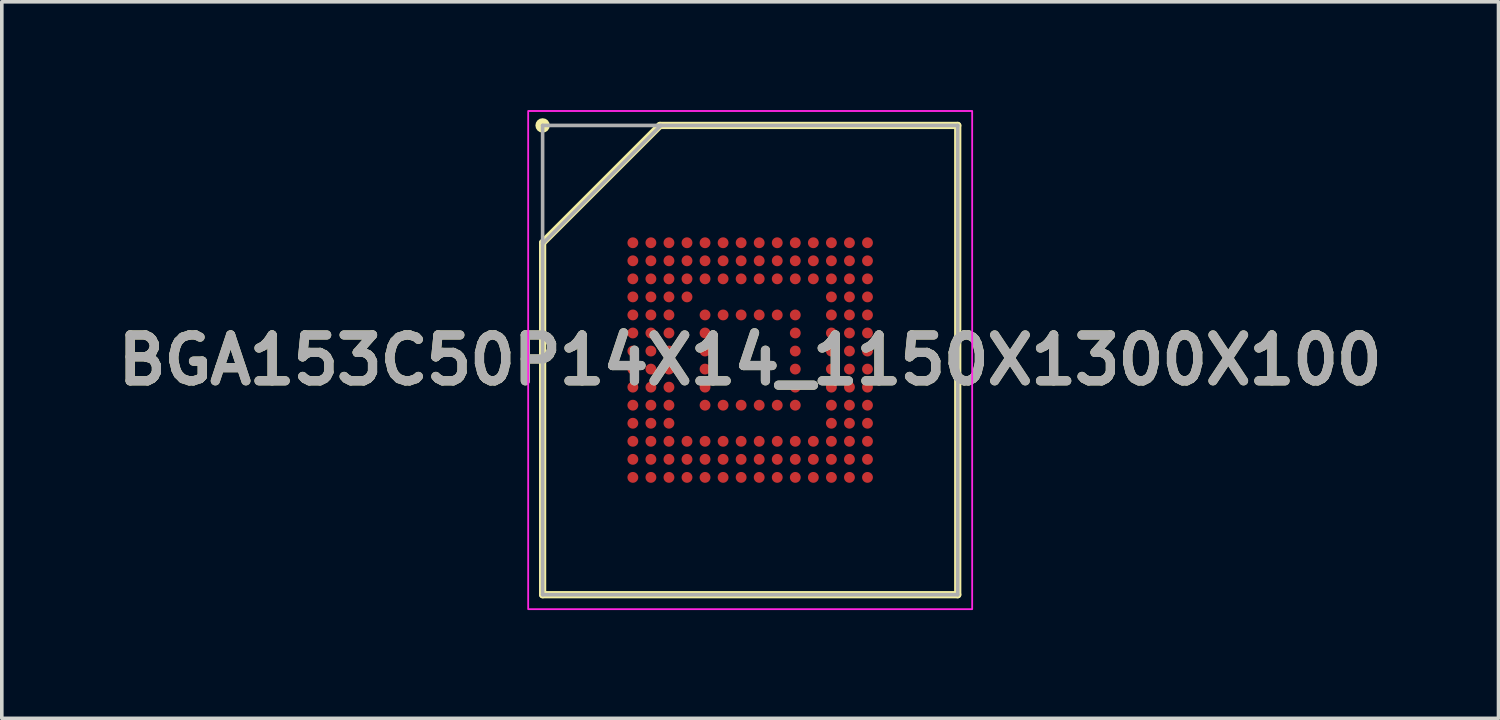
<source format=kicad_pcb>
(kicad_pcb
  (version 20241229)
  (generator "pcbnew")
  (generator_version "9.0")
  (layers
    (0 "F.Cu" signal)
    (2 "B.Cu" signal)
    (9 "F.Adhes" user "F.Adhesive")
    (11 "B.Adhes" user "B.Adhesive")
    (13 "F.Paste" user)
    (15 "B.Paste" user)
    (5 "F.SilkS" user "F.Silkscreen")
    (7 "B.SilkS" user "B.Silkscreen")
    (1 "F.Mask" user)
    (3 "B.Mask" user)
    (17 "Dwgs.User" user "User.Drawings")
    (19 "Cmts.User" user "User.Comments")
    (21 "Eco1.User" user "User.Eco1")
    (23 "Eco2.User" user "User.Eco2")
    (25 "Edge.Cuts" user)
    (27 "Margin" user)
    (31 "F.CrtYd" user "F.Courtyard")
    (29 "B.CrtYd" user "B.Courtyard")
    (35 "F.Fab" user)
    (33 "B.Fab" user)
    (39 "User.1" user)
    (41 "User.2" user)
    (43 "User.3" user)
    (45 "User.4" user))
  (footprint "BGA153C50P14X14_1150X1300X100"
    (layer "F.Cu")
    (at 17.732 6.925)
    (property "Reference" "BGA153C50P14X14_1150X1300X100" (at 0 0 0) (layer "F.SilkS") (effects (font (size 1.27 1.27) (thickness 0.254))))
    (attr smd)
    (fp_line (start -5.75 -3.25) (end -2.5 -6.5) (stroke (width 0.2) (type solid)) (layer "F.SilkS"))
    (fp_line (start -5.75 6.5) (end -5.75 -3.25) (stroke (width 0.2) (type solid)) (layer "F.SilkS"))
    (fp_line (start -2.5 -6.5) (end 5.75 -6.5) (stroke (width 0.2) (type solid)) (layer "F.SilkS"))
    (fp_line (start 5.75 -6.5) (end 5.75 6.5) (stroke (width 0.2) (type solid)) (layer "F.SilkS"))
    (fp_line (start 5.75 6.5) (end -5.75 6.5) (stroke (width 0.2) (type solid)) (layer "F.SilkS"))
    (fp_circle (center -5.75 -6.5) (end -5.75 -6.4) (stroke (width 0.2) (type solid)) (fill no) (layer "F.SilkS"))
    (fp_rect (start -6.15 -6.9) (end 6.15 6.9) (stroke (width 0.05) (type default)) (fill no) (layer "F.CrtYd"))
    (fp_line (start -5.75 -6.5) (end 5.75 -6.5) (stroke (width 0.1) (type solid)) (layer "F.Fab"))
    (fp_line (start -5.75 -3.225) (end -2.475 -6.5) (stroke (width 0.1) (type solid)) (layer "F.Fab"))
    (fp_line (start -5.75 6.5) (end -5.75 -6.5) (stroke (width 0.1) (type solid)) (layer "F.Fab"))
    (fp_line (start 5.75 -6.5) (end 5.75 6.5) (stroke (width 0.1) (type solid)) (layer "F.Fab"))
    (fp_line (start 5.75 6.5) (end -5.75 6.5) (stroke (width 0.1) (type solid)) (layer "F.Fab"))
    (fp_text user "${REFERENCE}" (at 0 0 0) (layer "F.Fab") (effects (font (size 1.27 1.27) (thickness 0.254))))
    (pad "A1" smd circle (at -3.25 -3.25 90) (size 0.3 0.3) (layers "F.Cu" "F.Mask" "F.Paste"))
    (pad "A2" smd circle (at -2.75 -3.25 90) (size 0.3 0.3) (layers "F.Cu" "F.Mask" "F.Paste"))
    (pad "A3" smd circle (at -2.25 -3.25 90) (size 0.3 0.3) (layers "F.Cu" "F.Mask" "F.Paste"))
    (pad "A4" smd circle (at -1.75 -3.25 90) (size 0.3 0.3) (layers "F.Cu" "F.Mask" "F.Paste"))
    (pad "A5" smd circle (at -1.25 -3.25 90) (size 0.3 0.3) (layers "F.Cu" "F.Mask" "F.Paste"))
    (pad "A6" smd circle (at -0.75 -3.25 90) (size 0.3 0.3) (layers "F.Cu" "F.Mask" "F.Paste"))
    (pad "A7" smd circle (at -0.25 -3.25 90) (size 0.3 0.3) (layers "F.Cu" "F.Mask" "F.Paste"))
    (pad "A8" smd circle (at 0.25 -3.25 90) (size 0.3 0.3) (layers "F.Cu" "F.Mask" "F.Paste"))
    (pad "A9" smd circle (at 0.75 -3.25 90) (size 0.3 0.3) (layers "F.Cu" "F.Mask" "F.Paste"))
    (pad "A10" smd circle (at 1.25 -3.25 90) (size 0.3 0.3) (layers "F.Cu" "F.Mask" "F.Paste"))
    (pad "A11" smd circle (at 1.75 -3.25 90) (size 0.3 0.3) (layers "F.Cu" "F.Mask" "F.Paste"))
    (pad "A12" smd circle (at 2.25 -3.25 90) (size 0.3 0.3) (layers "F.Cu" "F.Mask" "F.Paste"))
    (pad "A13" smd circle (at 2.75 -3.25 90) (size 0.3 0.3) (layers "F.Cu" "F.Mask" "F.Paste"))
    (pad "A14" smd circle (at 3.25 -3.25 90) (size 0.3 0.3) (layers "F.Cu" "F.Mask" "F.Paste"))
    (pad "B1" smd circle (at -3.25 -2.75 90) (size 0.3 0.3) (layers "F.Cu" "F.Mask" "F.Paste"))
    (pad "B2" smd circle (at -2.75 -2.75 90) (size 0.3 0.3) (layers "F.Cu" "F.Mask" "F.Paste"))
    (pad "B3" smd circle (at -2.25 -2.75 90) (size 0.3 0.3) (layers "F.Cu" "F.Mask" "F.Paste"))
    (pad "B4" smd circle (at -1.75 -2.75 90) (size 0.3 0.3) (layers "F.Cu" "F.Mask" "F.Paste"))
    (pad "B5" smd circle (at -1.25 -2.75 90) (size 0.3 0.3) (layers "F.Cu" "F.Mask" "F.Paste"))
    (pad "B6" smd circle (at -0.75 -2.75 90) (size 0.3 0.3) (layers "F.Cu" "F.Mask" "F.Paste"))
    (pad "B7" smd circle (at -0.25 -2.75 90) (size 0.3 0.3) (layers "F.Cu" "F.Mask" "F.Paste"))
    (pad "B8" smd circle (at 0.25 -2.75 90) (size 0.3 0.3) (layers "F.Cu" "F.Mask" "F.Paste"))
    (pad "B9" smd circle (at 0.75 -2.75 90) (size 0.3 0.3) (layers "F.Cu" "F.Mask" "F.Paste"))
    (pad "B10" smd circle (at 1.25 -2.75 90) (size 0.3 0.3) (layers "F.Cu" "F.Mask" "F.Paste"))
    (pad "B11" smd circle (at 1.75 -2.75 90) (size 0.3 0.3) (layers "F.Cu" "F.Mask" "F.Paste"))
    (pad "B12" smd circle (at 2.25 -2.75 90) (size 0.3 0.3) (layers "F.Cu" "F.Mask" "F.Paste"))
    (pad "B13" smd circle (at 2.75 -2.75 90) (size 0.3 0.3) (layers "F.Cu" "F.Mask" "F.Paste"))
    (pad "B14" smd circle (at 3.25 -2.75 90) (size 0.3 0.3) (layers "F.Cu" "F.Mask" "F.Paste"))
    (pad "C1" smd circle (at -3.25 -2.25 90) (size 0.3 0.3) (layers "F.Cu" "F.Mask" "F.Paste"))
    (pad "C2" smd circle (at -2.75 -2.25 90) (size 0.3 0.3) (layers "F.Cu" "F.Mask" "F.Paste"))
    (pad "C3" smd circle (at -2.25 -2.25 90) (size 0.3 0.3) (layers "F.Cu" "F.Mask" "F.Paste"))
    (pad "C4" smd circle (at -1.75 -2.25 90) (size 0.3 0.3) (layers "F.Cu" "F.Mask" "F.Paste"))
    (pad "C5" smd circle (at -1.25 -2.25 90) (size 0.3 0.3) (layers "F.Cu" "F.Mask" "F.Paste"))
    (pad "C6" smd circle (at -0.75 -2.25 90) (size 0.3 0.3) (layers "F.Cu" "F.Mask" "F.Paste"))
    (pad "C7" smd circle (at -0.25 -2.25 90) (size 0.3 0.3) (layers "F.Cu" "F.Mask" "F.Paste"))
    (pad "C8" smd circle (at 0.25 -2.25 90) (size 0.3 0.3) (layers "F.Cu" "F.Mask" "F.Paste"))
    (pad "C9" smd circle (at 0.75 -2.25 90) (size 0.3 0.3) (layers "F.Cu" "F.Mask" "F.Paste"))
    (pad "C10" smd circle (at 1.25 -2.25 90) (size 0.3 0.3) (layers "F.Cu" "F.Mask" "F.Paste"))
    (pad "C11" smd circle (at 1.75 -2.25 90) (size 0.3 0.3) (layers "F.Cu" "F.Mask" "F.Paste"))
    (pad "C12" smd circle (at 2.25 -2.25 90) (size 0.3 0.3) (layers "F.Cu" "F.Mask" "F.Paste"))
    (pad "C13" smd circle (at 2.75 -2.25 90) (size 0.3 0.3) (layers "F.Cu" "F.Mask" "F.Paste"))
    (pad "C14" smd circle (at 3.25 -2.25 90) (size 0.3 0.3) (layers "F.Cu" "F.Mask" "F.Paste"))
    (pad "D1" smd circle (at -3.25 -1.75 90) (size 0.3 0.3) (layers "F.Cu" "F.Mask" "F.Paste"))
    (pad "D2" smd circle (at -2.75 -1.75 90) (size 0.3 0.3) (layers "F.Cu" "F.Mask" "F.Paste"))
    (pad "D3" smd circle (at -2.25 -1.75 90) (size 0.3 0.3) (layers "F.Cu" "F.Mask" "F.Paste"))
    (pad "D4" smd circle (at -1.75 -1.75 90) (size 0.3 0.3) (layers "F.Cu" "F.Mask" "F.Paste"))
    (pad "D12" smd circle (at 2.25 -1.75 90) (size 0.3 0.3) (layers "F.Cu" "F.Mask" "F.Paste"))
    (pad "D13" smd circle (at 2.75 -1.75 90) (size 0.3 0.3) (layers "F.Cu" "F.Mask" "F.Paste"))
    (pad "D14" smd circle (at 3.25 -1.75 90) (size 0.3 0.3) (layers "F.Cu" "F.Mask" "F.Paste"))
    (pad "E1" smd circle (at -3.25 -1.25 90) (size 0.3 0.3) (layers "F.Cu" "F.Mask" "F.Paste"))
    (pad "E2" smd circle (at -2.75 -1.25 90) (size 0.3 0.3) (layers "F.Cu" "F.Mask" "F.Paste"))
    (pad "E3" smd circle (at -2.25 -1.25 90) (size 0.3 0.3) (layers "F.Cu" "F.Mask" "F.Paste"))
    (pad "E5" smd circle (at -1.25 -1.25 90) (size 0.3 0.3) (layers "F.Cu" "F.Mask" "F.Paste"))
    (pad "E6" smd circle (at -0.75 -1.25 90) (size 0.3 0.3) (layers "F.Cu" "F.Mask" "F.Paste"))
    (pad "E7" smd circle (at -0.25 -1.25 90) (size 0.3 0.3) (layers "F.Cu" "F.Mask" "F.Paste"))
    (pad "E8" smd circle (at 0.25 -1.25 90) (size 0.3 0.3) (layers "F.Cu" "F.Mask" "F.Paste"))
    (pad "E9" smd circle (at 0.75 -1.25 90) (size 0.3 0.3) (layers "F.Cu" "F.Mask" "F.Paste"))
    (pad "E10" smd circle (at 1.25 -1.25 90) (size 0.3 0.3) (layers "F.Cu" "F.Mask" "F.Paste"))
    (pad "E12" smd circle (at 2.25 -1.25 90) (size 0.3 0.3) (layers "F.Cu" "F.Mask" "F.Paste"))
    (pad "E13" smd circle (at 2.75 -1.25 90) (size 0.3 0.3) (layers "F.Cu" "F.Mask" "F.Paste"))
    (pad "E14" smd circle (at 3.25 -1.25 90) (size 0.3 0.3) (layers "F.Cu" "F.Mask" "F.Paste"))
    (pad "F1" smd circle (at -3.25 -0.75 90) (size 0.3 0.3) (layers "F.Cu" "F.Mask" "F.Paste"))
    (pad "F2" smd circle (at -2.75 -0.75 90) (size 0.3 0.3) (layers "F.Cu" "F.Mask" "F.Paste"))
    (pad "F3" smd circle (at -2.25 -0.75 90) (size 0.3 0.3) (layers "F.Cu" "F.Mask" "F.Paste"))
    (pad "F5" smd circle (at -1.25 -0.75 90) (size 0.3 0.3) (layers "F.Cu" "F.Mask" "F.Paste"))
    (pad "F10" smd circle (at 1.25 -0.75 90) (size 0.3 0.3) (layers "F.Cu" "F.Mask" "F.Paste"))
    (pad "F12" smd circle (at 2.25 -0.75 90) (size 0.3 0.3) (layers "F.Cu" "F.Mask" "F.Paste"))
    (pad "F13" smd circle (at 2.75 -0.75 90) (size 0.3 0.3) (layers "F.Cu" "F.Mask" "F.Paste"))
    (pad "F14" smd circle (at 3.25 -0.75 90) (size 0.3 0.3) (layers "F.Cu" "F.Mask" "F.Paste"))
    (pad "G1" smd circle (at -3.25 -0.25 90) (size 0.3 0.3) (layers "F.Cu" "F.Mask" "F.Paste"))
    (pad "G2" smd circle (at -2.75 -0.25 90) (size 0.3 0.3) (layers "F.Cu" "F.Mask" "F.Paste"))
    (pad "G3" smd circle (at -2.25 -0.25 90) (size 0.3 0.3) (layers "F.Cu" "F.Mask" "F.Paste"))
    (pad "G5" smd circle (at -1.25 -0.25 90) (size 0.3 0.3) (layers "F.Cu" "F.Mask" "F.Paste"))
    (pad "G10" smd circle (at 1.25 -0.25 90) (size 0.3 0.3) (layers "F.Cu" "F.Mask" "F.Paste"))
    (pad "G12" smd circle (at 2.25 -0.25 90) (size 0.3 0.3) (layers "F.Cu" "F.Mask" "F.Paste"))
    (pad "G13" smd circle (at 2.75 -0.25 90) (size 0.3 0.3) (layers "F.Cu" "F.Mask" "F.Paste"))
    (pad "G14" smd circle (at 3.25 -0.25 90) (size 0.3 0.3) (layers "F.Cu" "F.Mask" "F.Paste"))
    (pad "H1" smd circle (at -3.25 0.25 90) (size 0.3 0.3) (layers "F.Cu" "F.Mask" "F.Paste"))
    (pad "H2" smd circle (at -2.75 0.25 90) (size 0.3 0.3) (layers "F.Cu" "F.Mask" "F.Paste"))
    (pad "H3" smd circle (at -2.25 0.25 90) (size 0.3 0.3) (layers "F.Cu" "F.Mask" "F.Paste"))
    (pad "H5" smd circle (at -1.25 0.25 90) (size 0.3 0.3) (layers "F.Cu" "F.Mask" "F.Paste"))
    (pad "H10" smd circle (at 1.25 0.25 90) (size 0.3 0.3) (layers "F.Cu" "F.Mask" "F.Paste"))
    (pad "H12" smd circle (at 2.25 0.25 90) (size 0.3 0.3) (layers "F.Cu" "F.Mask" "F.Paste"))
    (pad "H13" smd circle (at 2.75 0.25 90) (size 0.3 0.3) (layers "F.Cu" "F.Mask" "F.Paste"))
    (pad "H14" smd circle (at 3.25 0.25 90) (size 0.3 0.3) (layers "F.Cu" "F.Mask" "F.Paste"))
    (pad "J1" smd circle (at -3.25 0.75 90) (size 0.3 0.3) (layers "F.Cu" "F.Mask" "F.Paste"))
    (pad "J2" smd circle (at -2.75 0.75 90) (size 0.3 0.3) (layers "F.Cu" "F.Mask" "F.Paste"))
    (pad "J3" smd circle (at -2.25 0.75 90) (size 0.3 0.3) (layers "F.Cu" "F.Mask" "F.Paste"))
    (pad "J5" smd circle (at -1.25 0.75 90) (size 0.3 0.3) (layers "F.Cu" "F.Mask" "F.Paste"))
    (pad "J10" smd circle (at 1.25 0.75 90) (size 0.3 0.3) (layers "F.Cu" "F.Mask" "F.Paste"))
    (pad "J12" smd circle (at 2.25 0.75 90) (size 0.3 0.3) (layers "F.Cu" "F.Mask" "F.Paste"))
    (pad "J13" smd circle (at 2.75 0.75 90) (size 0.3 0.3) (layers "F.Cu" "F.Mask" "F.Paste"))
    (pad "J14" smd circle (at 3.25 0.75 90) (size 0.3 0.3) (layers "F.Cu" "F.Mask" "F.Paste"))
    (pad "K1" smd circle (at -3.25 1.25 90) (size 0.3 0.3) (layers "F.Cu" "F.Mask" "F.Paste"))
    (pad "K2" smd circle (at -2.75 1.25 90) (size 0.3 0.3) (layers "F.Cu" "F.Mask" "F.Paste"))
    (pad "K3" smd circle (at -2.25 1.25 90) (size 0.3 0.3) (layers "F.Cu" "F.Mask" "F.Paste"))
    (pad "K5" smd circle (at -1.25 1.25 90) (size 0.3 0.3) (layers "F.Cu" "F.Mask" "F.Paste"))
    (pad "K6" smd circle (at -0.75 1.25 90) (size 0.3 0.3) (layers "F.Cu" "F.Mask" "F.Paste"))
    (pad "K7" smd circle (at -0.25 1.25 90) (size 0.3 0.3) (layers "F.Cu" "F.Mask" "F.Paste"))
    (pad "K8" smd circle (at 0.25 1.25 90) (size 0.3 0.3) (layers "F.Cu" "F.Mask" "F.Paste"))
    (pad "K9" smd circle (at 0.75 1.25 90) (size 0.3 0.3) (layers "F.Cu" "F.Mask" "F.Paste"))
    (pad "K10" smd circle (at 1.25 1.25 90) (size 0.3 0.3) (layers "F.Cu" "F.Mask" "F.Paste"))
    (pad "K12" smd circle (at 2.25 1.25 90) (size 0.3 0.3) (layers "F.Cu" "F.Mask" "F.Paste"))
    (pad "K13" smd circle (at 2.75 1.25 90) (size 0.3 0.3) (layers "F.Cu" "F.Mask" "F.Paste"))
    (pad "K14" smd circle (at 3.25 1.25 90) (size 0.3 0.3) (layers "F.Cu" "F.Mask" "F.Paste"))
    (pad "L1" smd circle (at -3.25 1.75 90) (size 0.3 0.3) (layers "F.Cu" "F.Mask" "F.Paste"))
    (pad "L2" smd circle (at -2.75 1.75 90) (size 0.3 0.3) (layers "F.Cu" "F.Mask" "F.Paste"))
    (pad "L3" smd circle (at -2.25 1.75 90) (size 0.3 0.3) (layers "F.Cu" "F.Mask" "F.Paste"))
    (pad "L12" smd circle (at 2.25 1.75 90) (size 0.3 0.3) (layers "F.Cu" "F.Mask" "F.Paste"))
    (pad "L13" smd circle (at 2.75 1.75 90) (size 0.3 0.3) (layers "F.Cu" "F.Mask" "F.Paste"))
    (pad "L14" smd circle (at 3.25 1.75 90) (size 0.3 0.3) (layers "F.Cu" "F.Mask" "F.Paste"))
    (pad "M1" smd circle (at -3.25 2.25 90) (size 0.3 0.3) (layers "F.Cu" "F.Mask" "F.Paste"))
    (pad "M2" smd circle (at -2.75 2.25 90) (size 0.3 0.3) (layers "F.Cu" "F.Mask" "F.Paste"))
    (pad "M3" smd circle (at -2.25 2.25 90) (size 0.3 0.3) (layers "F.Cu" "F.Mask" "F.Paste"))
    (pad "M4" smd circle (at -1.75 2.25 90) (size 0.3 0.3) (layers "F.Cu" "F.Mask" "F.Paste"))
    (pad "M5" smd circle (at -1.25 2.25 90) (size 0.3 0.3) (layers "F.Cu" "F.Mask" "F.Paste"))
    (pad "M6" smd circle (at -0.75 2.25 90) (size 0.3 0.3) (layers "F.Cu" "F.Mask" "F.Paste"))
    (pad "M7" smd circle (at -0.25 2.25 90) (size 0.3 0.3) (layers "F.Cu" "F.Mask" "F.Paste"))
    (pad "M8" smd circle (at 0.25 2.25 90) (size 0.3 0.3) (layers "F.Cu" "F.Mask" "F.Paste"))
    (pad "M9" smd circle (at 0.75 2.25 90) (size 0.3 0.3) (layers "F.Cu" "F.Mask" "F.Paste"))
    (pad "M10" smd circle (at 1.25 2.25 90) (size 0.3 0.3) (layers "F.Cu" "F.Mask" "F.Paste"))
    (pad "M11" smd circle (at 1.75 2.25 90) (size 0.3 0.3) (layers "F.Cu" "F.Mask" "F.Paste"))
    (pad "M12" smd circle (at 2.25 2.25 90) (size 0.3 0.3) (layers "F.Cu" "F.Mask" "F.Paste"))
    (pad "M13" smd circle (at 2.75 2.25 90) (size 0.3 0.3) (layers "F.Cu" "F.Mask" "F.Paste"))
    (pad "M14" smd circle (at 3.25 2.25 90) (size 0.3 0.3) (layers "F.Cu" "F.Mask" "F.Paste"))
    (pad "N1" smd circle (at -3.25 2.75 90) (size 0.3 0.3) (layers "F.Cu" "F.Mask" "F.Paste"))
    (pad "N2" smd circle (at -2.75 2.75 90) (size 0.3 0.3) (layers "F.Cu" "F.Mask" "F.Paste"))
    (pad "N3" smd circle (at -2.25 2.75 90) (size 0.3 0.3) (layers "F.Cu" "F.Mask" "F.Paste"))
    (pad "N4" smd circle (at -1.75 2.75 90) (size 0.3 0.3) (layers "F.Cu" "F.Mask" "F.Paste"))
    (pad "N5" smd circle (at -1.25 2.75 90) (size 0.3 0.3) (layers "F.Cu" "F.Mask" "F.Paste"))
    (pad "N6" smd circle (at -0.75 2.75 90) (size 0.3 0.3) (layers "F.Cu" "F.Mask" "F.Paste"))
    (pad "N7" smd circle (at -0.25 2.75 90) (size 0.3 0.3) (layers "F.Cu" "F.Mask" "F.Paste"))
    (pad "N8" smd circle (at 0.25 2.75 90) (size 0.3 0.3) (layers "F.Cu" "F.Mask" "F.Paste"))
    (pad "N9" smd circle (at 0.75 2.75 90) (size 0.3 0.3) (layers "F.Cu" "F.Mask" "F.Paste"))
    (pad "N10" smd circle (at 1.25 2.75 90) (size 0.3 0.3) (layers "F.Cu" "F.Mask" "F.Paste"))
    (pad "N11" smd circle (at 1.75 2.75 90) (size 0.3 0.3) (layers "F.Cu" "F.Mask" "F.Paste"))
    (pad "N12" smd circle (at 2.25 2.75 90) (size 0.3 0.3) (layers "F.Cu" "F.Mask" "F.Paste"))
    (pad "N13" smd circle (at 2.75 2.75 90) (size 0.3 0.3) (layers "F.Cu" "F.Mask" "F.Paste"))
    (pad "N14" smd circle (at 3.25 2.75 90) (size 0.3 0.3) (layers "F.Cu" "F.Mask" "F.Paste"))
    (pad "P1" smd circle (at -3.25 3.25 90) (size 0.3 0.3) (layers "F.Cu" "F.Mask" "F.Paste"))
    (pad "P2" smd circle (at -2.75 3.25 90) (size 0.3 0.3) (layers "F.Cu" "F.Mask" "F.Paste"))
    (pad "P3" smd circle (at -2.25 3.25 90) (size 0.3 0.3) (layers "F.Cu" "F.Mask" "F.Paste"))
    (pad "P4" smd circle (at -1.75 3.25 90) (size 0.3 0.3) (layers "F.Cu" "F.Mask" "F.Paste"))
    (pad "P5" smd circle (at -1.25 3.25 90) (size 0.3 0.3) (layers "F.Cu" "F.Mask" "F.Paste"))
    (pad "P6" smd circle (at -0.75 3.25 90) (size 0.3 0.3) (layers "F.Cu" "F.Mask" "F.Paste"))
    (pad "P7" smd circle (at -0.25 3.25 90) (size 0.3 0.3) (layers "F.Cu" "F.Mask" "F.Paste"))
    (pad "P8" smd circle (at 0.25 3.25 90) (size 0.3 0.3) (layers "F.Cu" "F.Mask" "F.Paste"))
    (pad "P9" smd circle (at 0.75 3.25 90) (size 0.3 0.3) (layers "F.Cu" "F.Mask" "F.Paste"))
    (pad "P10" smd circle (at 1.25 3.25 90) (size 0.3 0.3) (layers "F.Cu" "F.Mask" "F.Paste"))
    (pad "P11" smd circle (at 1.75 3.25 90) (size 0.3 0.3) (layers "F.Cu" "F.Mask" "F.Paste"))
    (pad "P12" smd circle (at 2.25 3.25 90) (size 0.3 0.3) (layers "F.Cu" "F.Mask" "F.Paste"))
    (pad "P13" smd circle (at 2.75 3.25 90) (size 0.3 0.3) (layers "F.Cu" "F.Mask" "F.Paste"))
    (pad "P14" smd circle (at 3.25 3.25 90) (size 0.3 0.3) (layers "F.Cu" "F.Mask" "F.Paste")))
  (gr_rect
    (start -3 -3)
    (end 38.463 16.85)
    (stroke (width 0.1) (type default))
    (fill no)
    (layer "Edge.Cuts")))
</source>
